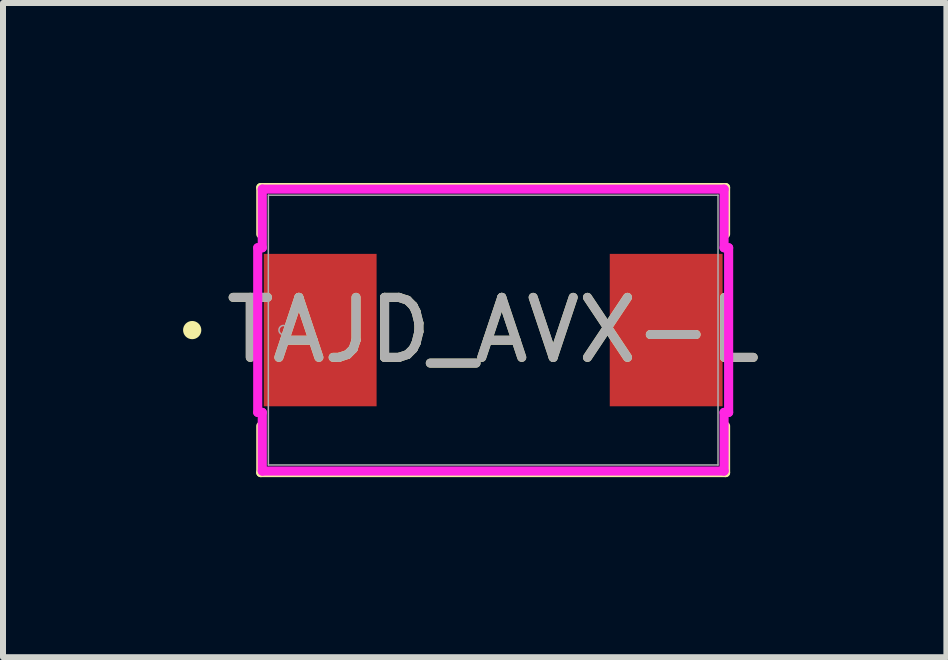
<source format=kicad_pcb>
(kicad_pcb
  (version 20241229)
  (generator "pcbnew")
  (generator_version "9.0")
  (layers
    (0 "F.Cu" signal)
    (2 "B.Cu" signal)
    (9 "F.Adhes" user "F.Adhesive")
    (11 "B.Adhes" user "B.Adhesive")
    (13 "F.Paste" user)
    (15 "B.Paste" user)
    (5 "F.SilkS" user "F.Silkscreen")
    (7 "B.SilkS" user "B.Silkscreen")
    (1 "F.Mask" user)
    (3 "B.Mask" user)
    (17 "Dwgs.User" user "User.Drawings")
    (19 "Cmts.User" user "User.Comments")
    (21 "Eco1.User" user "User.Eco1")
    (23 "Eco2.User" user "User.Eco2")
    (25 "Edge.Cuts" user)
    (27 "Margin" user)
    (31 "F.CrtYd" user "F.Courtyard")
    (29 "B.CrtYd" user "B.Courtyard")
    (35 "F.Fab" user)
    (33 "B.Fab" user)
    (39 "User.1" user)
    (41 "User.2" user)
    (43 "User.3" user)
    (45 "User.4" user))
  (footprint "TAJD_AVX-L"
    (layer "F.Cu")
    (at 5.169 2.451)
    (property "Reference" "TAJD_AVX-L" (at 0 0 0) (unlocked yes) (layer "F.SilkS") (effects (font (size 1 1) (thickness 0.15))))
    (attr smd)
    (fp_line (start -3.873 -2.375) (end -3.873 -1.599) (stroke (width 0.152) (type solid)) (layer "F.SilkS"))
    (fp_line (start -3.873 1.599) (end -3.873 2.375) (stroke (width 0.152) (type solid)) (layer "F.SilkS"))
    (fp_line (start -3.873 2.375) (end 3.873 2.375) (stroke (width 0.152) (type solid)) (layer "F.SilkS"))
    (fp_line (start 3.873 -2.375) (end -3.873 -2.375) (stroke (width 0.152) (type solid)) (layer "F.SilkS"))
    (fp_line (start 3.873 -1.599) (end 3.873 -2.375) (stroke (width 0.152) (type solid)) (layer "F.SilkS"))
    (fp_line (start 3.873 2.375) (end 3.873 1.599) (stroke (width 0.152) (type solid)) (layer "F.SilkS"))
    (fp_circle (center -5.016 0) (end -4.94 0) (stroke (width 0.152) (type solid)) (fill no) (layer "F.SilkS"))
    (fp_line (start -3.924 -1.372) (end -3.848 -1.372) (stroke (width 0.152) (type solid)) (layer "F.CrtYd"))
    (fp_line (start -3.924 1.372) (end -3.924 -1.372) (stroke (width 0.152) (type solid)) (layer "F.CrtYd"))
    (fp_line (start -3.848 -2.349) (end 3.848 -2.349) (stroke (width 0.152) (type solid)) (layer "F.CrtYd"))
    (fp_line (start -3.848 -1.372) (end -3.848 -2.349) (stroke (width 0.152) (type solid)) (layer "F.CrtYd"))
    (fp_line (start -3.848 1.372) (end -3.924 1.372) (stroke (width 0.152) (type solid)) (layer "F.CrtYd"))
    (fp_line (start -3.848 2.349) (end -3.848 1.372) (stroke (width 0.152) (type solid)) (layer "F.CrtYd"))
    (fp_line (start 3.848 -2.349) (end 3.848 -1.372) (stroke (width 0.152) (type solid)) (layer "F.CrtYd"))
    (fp_line (start 3.848 -1.372) (end 3.924 -1.372) (stroke (width 0.152) (type solid)) (layer "F.CrtYd"))
    (fp_line (start 3.848 1.372) (end 3.848 2.349) (stroke (width 0.152) (type solid)) (layer "F.CrtYd"))
    (fp_line (start 3.848 2.349) (end -3.848 2.349) (stroke (width 0.152) (type solid)) (layer "F.CrtYd"))
    (fp_line (start 3.924 -1.372) (end 3.924 1.372) (stroke (width 0.152) (type solid)) (layer "F.CrtYd"))
    (fp_line (start 3.924 1.372) (end 3.848 1.372) (stroke (width 0.152) (type solid)) (layer "F.CrtYd"))
    (fp_line (start -3.747 -2.248) (end -3.747 2.248) (stroke (width 0.025) (type solid)) (layer "F.Fab"))
    (fp_line (start -3.747 2.248) (end 3.747 2.248) (stroke (width 0.025) (type solid)) (layer "F.Fab"))
    (fp_line (start 3.747 -2.248) (end -3.747 -2.248) (stroke (width 0.025) (type solid)) (layer "F.Fab"))
    (fp_line (start 3.747 2.248) (end 3.747 -2.248) (stroke (width 0.025) (type solid)) (layer "F.Fab"))
    (fp_circle (center -3.493 0) (end -3.416 0) (stroke (width 0.025) (type solid)) (fill no) (layer "F.Fab"))
    (fp_text user "${REFERENCE}" (at 0 0 0) (unlocked yes) (layer "F.Fab") (effects (font (size 1 1) (thickness 0.15))))
    (pad "1" smd rect (at -2.883 0 90) (size 2.54 1.88) (layers "F.Cu" "F.Mask" "F.Paste"))
    (pad "2" smd rect (at 2.883 0 90) (size 2.54 1.88) (layers "F.Cu" "F.Mask" "F.Paste"))
    (zone (net_name "") (layer "F.Cu") (hatch full 0.508) (connect_pads) (min_thickness 0.254) (filled_areas_thickness no) (keepout (tracks not_allowed) (vias not_allowed) (pads allowed) (copperpour not_allowed) (footprints allowed)) (placement (enabled no)) (fill) (polygon (pts (xy 1.473 0.254) (xy 8.865 0.254) (xy 8.865 1.105) (xy 1.473 1.105))))
    (zone (net_name "") (layer "F.Cu") (hatch full 0.508) (connect_pads) (min_thickness 0.254) (filled_areas_thickness no) (keepout (tracks not_allowed) (vias not_allowed) (pads allowed) (copperpour not_allowed) (footprints allowed)) (placement (enabled no)) (fill) (polygon (pts (xy 1.473 3.797) (xy 8.865 3.797) (xy 8.865 4.648) (xy 1.473 4.648))))
    (zone (net_name "") (layer "F.Cu") (hatch full 0.508) (connect_pads) (min_thickness 0.254) (filled_areas_thickness no) (keepout (tracks not_allowed) (vias not_allowed) (pads allowed) (copperpour not_allowed) (footprints allowed)) (placement (enabled no)) (fill) (polygon (pts (xy 3.277 1.105) (xy 7.061 1.105) (xy 7.061 3.797) (xy 3.277 3.797)))))
  (gr_rect
    (start -3 -3)
    (end 12.722 7.902)
    (stroke (width 0.1) (type default))
    (fill no)
    (layer "Edge.Cuts")))
</source>
